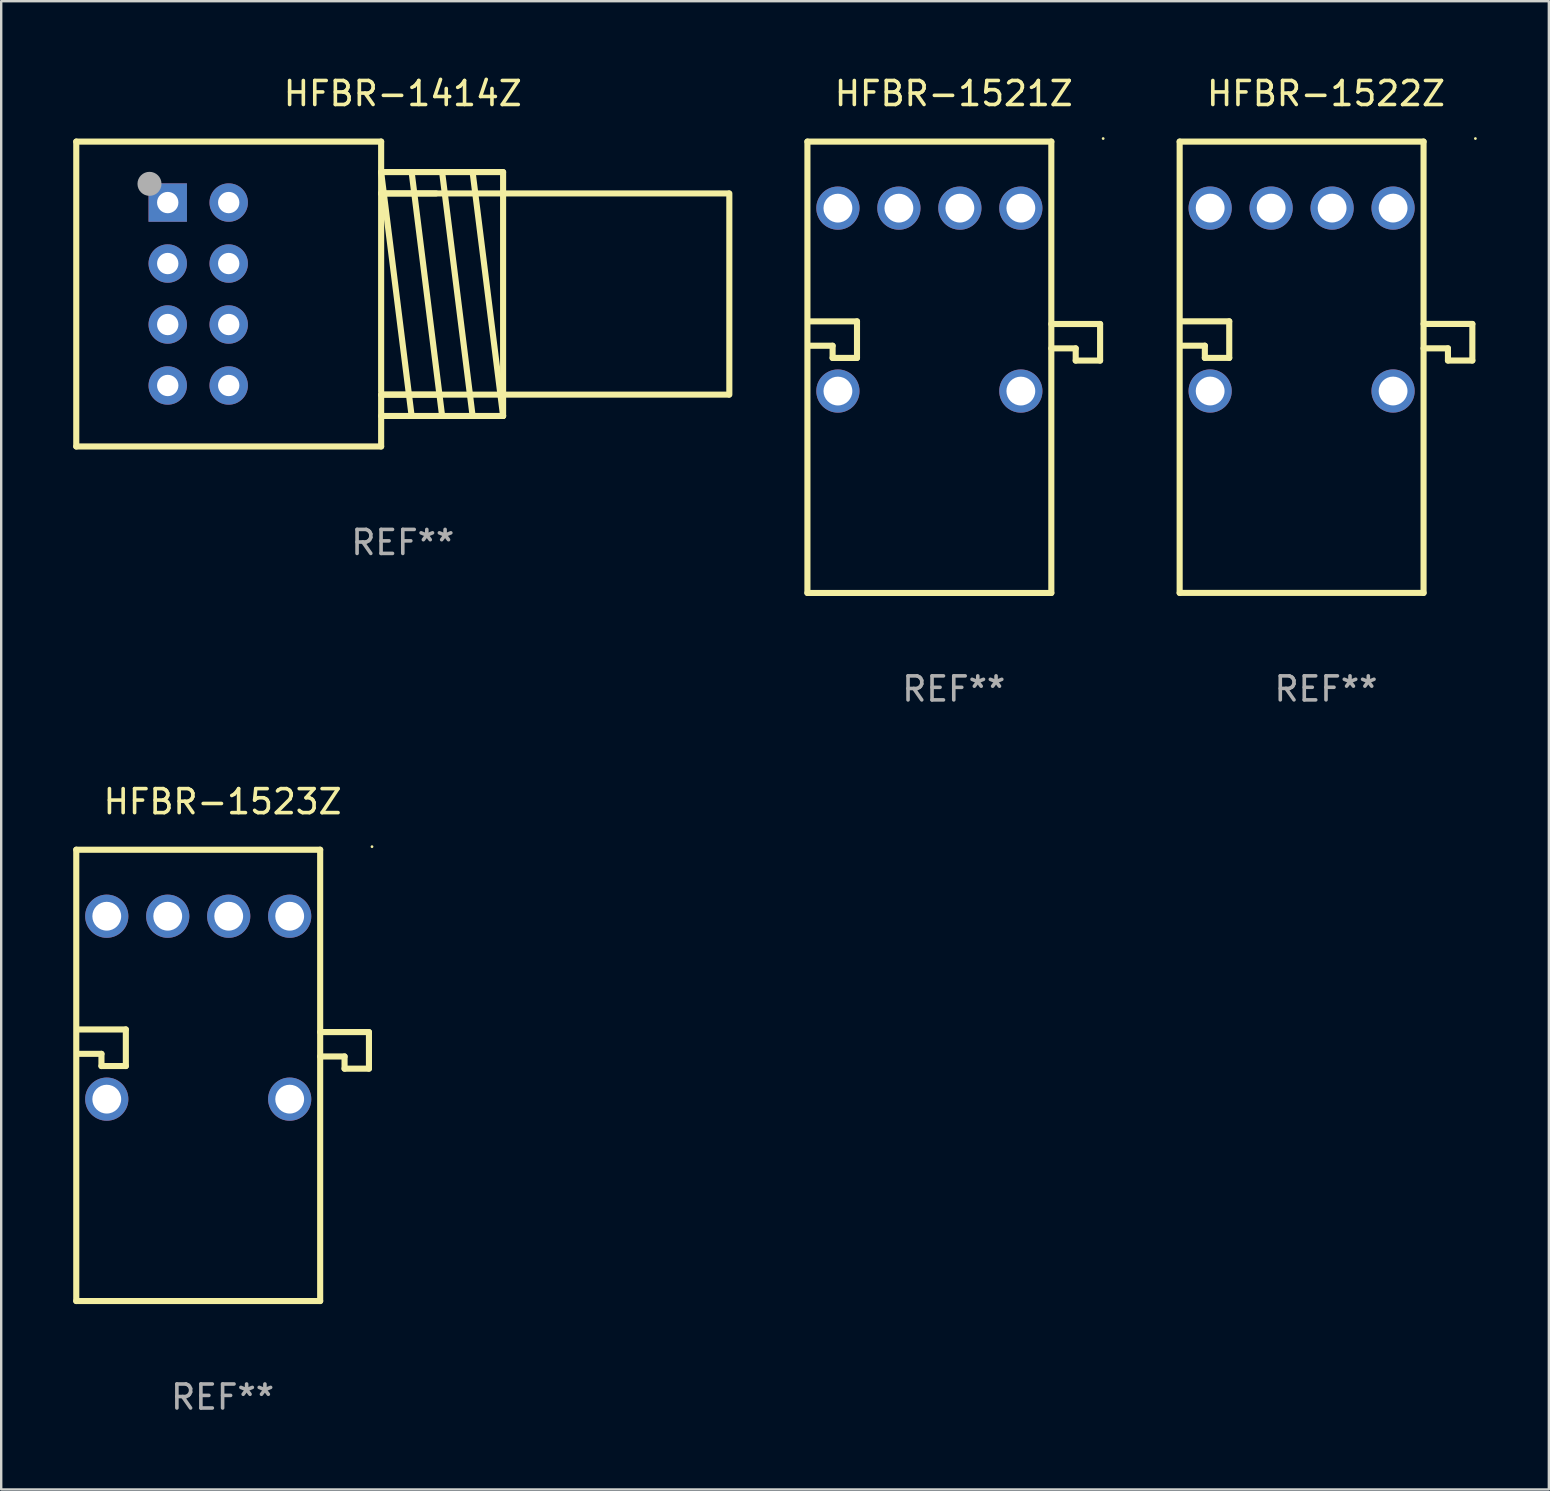
<source format=kicad_pcb>
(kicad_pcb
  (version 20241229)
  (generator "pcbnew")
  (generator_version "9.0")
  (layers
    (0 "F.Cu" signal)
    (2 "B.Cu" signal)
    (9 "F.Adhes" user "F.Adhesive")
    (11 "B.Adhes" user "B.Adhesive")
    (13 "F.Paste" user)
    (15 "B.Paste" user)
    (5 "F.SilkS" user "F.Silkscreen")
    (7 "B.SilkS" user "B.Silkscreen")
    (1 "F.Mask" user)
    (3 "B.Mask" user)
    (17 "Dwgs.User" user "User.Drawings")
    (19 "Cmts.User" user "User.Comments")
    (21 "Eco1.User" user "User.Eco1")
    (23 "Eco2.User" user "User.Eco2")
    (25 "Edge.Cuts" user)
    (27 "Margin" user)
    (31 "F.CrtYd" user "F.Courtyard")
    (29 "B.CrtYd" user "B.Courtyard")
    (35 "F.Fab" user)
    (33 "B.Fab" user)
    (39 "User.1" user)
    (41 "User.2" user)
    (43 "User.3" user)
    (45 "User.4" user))
  (footprint "HFBR-1521Z"
    (layer "F.Cu")
    (at 36.68 12.249)
    (property "Reference" "HFBR-1521Z" (at 0 -11.401 0) (layer "F.SilkS") (effects (font (size 1 1) (thickness 0.15))))
    (attr through_hole)
    (fp_line (start -6.096 -9.401) (end -6.096 9.401) (stroke (width 0.254) (type solid)) (layer "F.SilkS"))
    (fp_line (start -6.096 -9.401) (end 4.064 -9.401) (stroke (width 0.254) (type solid)) (layer "F.SilkS"))
    (fp_line (start -6.096 9.401) (end 4.064 9.401) (stroke (width 0.254) (type solid)) (layer "F.SilkS"))
    (fp_line (start -6.063 -1.913) (end -4.031 -1.913) (stroke (width 0.254) (type solid)) (layer "F.SilkS"))
    (fp_line (start -5.047 -0.897) (end -6.063 -0.897) (stroke (width 0.254) (type solid)) (layer "F.SilkS"))
    (fp_line (start -5.047 -0.389) (end -5.047 -0.897) (stroke (width 0.254) (type solid)) (layer "F.SilkS"))
    (fp_line (start -4.031 -1.913) (end -4.031 -0.389) (stroke (width 0.254) (type solid)) (layer "F.SilkS"))
    (fp_line (start -4.031 -0.389) (end -5.047 -0.389) (stroke (width 0.254) (type solid)) (layer "F.SilkS"))
    (fp_line (start 4.064 -9.401) (end 4.064 9.401) (stroke (width 0.254) (type solid)) (layer "F.SilkS"))
    (fp_line (start 4.064 -1.803) (end 6.096 -1.803) (stroke (width 0.254) (type solid)) (layer "F.SilkS"))
    (fp_line (start 5.08 -0.787) (end 4.064 -0.787) (stroke (width 0.254) (type solid)) (layer "F.SilkS"))
    (fp_line (start 5.08 -0.279) (end 5.08 -0.787) (stroke (width 0.254) (type solid)) (layer "F.SilkS"))
    (fp_line (start 6.096 -1.803) (end 6.096 -0.279) (stroke (width 0.254) (type solid)) (layer "F.SilkS"))
    (fp_line (start 6.096 -0.279) (end 5.08 -0.279) (stroke (width 0.254) (type solid)) (layer "F.SilkS"))
    (fp_circle (center 6.223 -9.528) (end 6.253 -9.528) (stroke (width 0.06) (type solid)) (fill no) (layer "F.SilkS"))
    (fp_text user "REF**" (at 0 13.401 0) (layer "F.Fab") (effects (font (size 1 1) (thickness 0.15))))
    (pad "1" thru_hole circle (at 2.794 -6.629) (size 1.8 1.8) (drill 1.2) (layers "*.Cu" "*.Mask"))
    (pad "2" thru_hole circle (at 0.254 -6.629) (size 1.8 1.8) (drill 1.2) (layers "*.Cu" "*.Mask"))
    (pad "3" thru_hole circle (at -2.286 -6.629) (size 1.8 1.8) (drill 1.2) (layers "*.Cu" "*.Mask"))
    (pad "4" thru_hole circle (at -4.826 -6.629) (size 1.8 1.8) (drill 1.2) (layers "*.Cu" "*.Mask"))
    (pad "5" thru_hole circle (at -4.826 0.991) (size 1.8 1.8) (drill 1.2) (layers "*.Cu" "*.Mask"))
    (pad "8" thru_hole circle (at 2.794 0.991) (size 1.8 1.8) (drill 1.2) (layers "*.Cu" "*.Mask")))
  (footprint "HFBR-1414Z"
    (layer "F.Cu")
    (at 13.729 9.198)
    (property "Reference" "HFBR-1414Z" (at 0 -8.35 0) (layer "F.SilkS") (effects (font (size 1 1) (thickness 0.15))))
    (attr through_hole)
    (fp_line (start -13.602 -6.35) (end -0.902 -6.35) (stroke (width 0.254) (type solid)) (layer "F.SilkS"))
    (fp_line (start -13.602 6.35) (end -13.602 -6.35) (stroke (width 0.254) (type solid)) (layer "F.SilkS"))
    (fp_line (start -0.902 -6.35) (end -0.902 -4.191) (stroke (width 0.254) (type solid)) (layer "F.SilkS"))
    (fp_line (start -0.902 -5.08) (end 0.368 5.08) (stroke (width 0.254) (type solid)) (layer "F.SilkS"))
    (fp_line (start -0.902 -4.191) (end -0.902 4.064) (stroke (width 0.254) (type solid)) (layer "F.SilkS"))
    (fp_line (start -0.902 -4.191) (end 1.384 -4.191) (stroke (width 0.254) (type solid)) (layer "F.SilkS"))
    (fp_line (start -0.902 4.191) (end -0.902 6.35) (stroke (width 0.254) (type solid)) (layer "F.SilkS"))
    (fp_line (start -0.902 4.191) (end 1.384 4.191) (stroke (width 0.254) (type solid)) (layer "F.SilkS"))
    (fp_line (start -0.902 6.35) (end -13.602 6.35) (stroke (width 0.254) (type solid)) (layer "F.SilkS"))
    (fp_line (start 0.368 -5.08) (end 1.638 5.08) (stroke (width 0.254) (type solid)) (layer "F.SilkS"))
    (fp_line (start 1.638 -5.08) (end 2.908 5.08) (stroke (width 0.254) (type solid)) (layer "F.SilkS"))
    (fp_line (start 2.908 -5.08) (end 4.178 5.08) (stroke (width 0.254) (type solid)) (layer "F.SilkS"))
    (fp_line (start 4.178 -5.08) (end -0.902 -5.08) (stroke (width 0.254) (type solid)) (layer "F.SilkS"))
    (fp_line (start 4.178 -5.08) (end 4.178 5.08) (stroke (width 0.254) (type solid)) (layer "F.SilkS"))
    (fp_line (start 4.178 5.08) (end -0.902 5.08) (stroke (width 0.254) (type solid)) (layer "F.SilkS"))
    (fp_line (start 13.576 -4.191) (end -0.902 -4.191) (stroke (width 0.254) (type solid)) (layer "F.SilkS"))
    (fp_line (start 13.576 4.191) (end -0.902 4.191) (stroke (width 0.254) (type solid)) (layer "F.SilkS"))
    (fp_line (start 13.602 4.191) (end 13.602 -4.191) (stroke (width 0.254) (type solid)) (layer "F.SilkS"))
    (fp_circle (center -13.602 -6.35) (end -13.572 -6.35) (stroke (width 0.06) (type solid)) (fill no) (layer "F.SilkS"))
    (fp_circle (center -10.552 -4.59) (end -10.302 -4.59) (stroke (width 0.5) (type solid)) (fill no) (layer "F.Fab"))
    (fp_text user "REF**" (at 0 10.35 0) (layer "F.Fab") (effects (font (size 1 1) (thickness 0.15))))
    (pad "1" thru_hole rect (at -9.792 -3.81) (size 1.6 1.6) (drill 0.889) (layers "*.Cu" "*.Mask"))
    (pad "2" thru_hole circle (at -9.792 -1.27) (size 1.6 1.6) (drill 0.889) (layers "*.Cu" "*.Mask"))
    (pad "3" thru_hole circle (at -9.792 1.27) (size 1.6 1.6) (drill 0.889) (layers "*.Cu" "*.Mask"))
    (pad "4" thru_hole circle (at -9.792 3.81) (size 1.6 1.6) (drill 0.889) (layers "*.Cu" "*.Mask"))
    (pad "5" thru_hole circle (at -7.252 3.81) (size 1.6 1.6) (drill 0.889) (layers "*.Cu" "*.Mask"))
    (pad "6" thru_hole circle (at -7.252 1.27) (size 1.6 1.6) (drill 0.889) (layers "*.Cu" "*.Mask"))
    (pad "7" thru_hole circle (at -7.252 -1.27) (size 1.6 1.6) (drill 0.889) (layers "*.Cu" "*.Mask"))
    (pad "8" thru_hole circle (at -7.252 -3.81) (size 1.6 1.6) (drill 0.889) (layers "*.Cu" "*.Mask")))
  (footprint "HFBR-1523Z"
    (layer "F.Cu")
    (at 6.223 41.746)
    (property "Reference" "HFBR-1523Z" (at 0 -11.4 0) (layer "F.SilkS") (effects (font (size 1 1) (thickness 0.15))))
    (attr through_hole)
    (fp_line (start -6.096 -9.4) (end -6.096 9.4) (stroke (width 0.254) (type solid)) (layer "F.SilkS"))
    (fp_line (start -6.096 -9.4) (end 4.064 -9.4) (stroke (width 0.254) (type solid)) (layer "F.SilkS"))
    (fp_line (start -6.096 9.4) (end 4.064 9.4) (stroke (width 0.254) (type solid)) (layer "F.SilkS"))
    (fp_line (start -6.063 -1.913) (end -4.031 -1.913) (stroke (width 0.254) (type solid)) (layer "F.SilkS"))
    (fp_line (start -5.047 -0.897) (end -6.063 -0.897) (stroke (width 0.254) (type solid)) (layer "F.SilkS"))
    (fp_line (start -5.047 -0.389) (end -5.047 -0.897) (stroke (width 0.254) (type solid)) (layer "F.SilkS"))
    (fp_line (start -4.031 -1.913) (end -4.031 -0.389) (stroke (width 0.254) (type solid)) (layer "F.SilkS"))
    (fp_line (start -4.031 -0.389) (end -5.047 -0.389) (stroke (width 0.254) (type solid)) (layer "F.SilkS"))
    (fp_line (start 4.064 -9.4) (end 4.064 9.4) (stroke (width 0.254) (type solid)) (layer "F.SilkS"))
    (fp_line (start 4.064 -1.804) (end 6.096 -1.804) (stroke (width 0.254) (type solid)) (layer "F.SilkS"))
    (fp_line (start 5.08 -0.788) (end 4.064 -0.788) (stroke (width 0.254) (type solid)) (layer "F.SilkS"))
    (fp_line (start 5.08 -0.28) (end 5.08 -0.788) (stroke (width 0.254) (type solid)) (layer "F.SilkS"))
    (fp_line (start 6.096 -1.804) (end 6.096 -0.28) (stroke (width 0.254) (type solid)) (layer "F.SilkS"))
    (fp_line (start 6.096 -0.28) (end 5.08 -0.28) (stroke (width 0.254) (type solid)) (layer "F.SilkS"))
    (fp_circle (center 6.223 -9.527) (end 6.253 -9.527) (stroke (width 0.06) (type solid)) (fill no) (layer "F.SilkS"))
    (fp_text user "REF**" (at 0 13.4 0) (layer "F.Fab") (effects (font (size 1 1) (thickness 0.15))))
    (pad "1" thru_hole circle (at 2.794 -6.63) (size 1.8 1.8) (drill 1.2) (layers "*.Cu" "*.Mask"))
    (pad "2" thru_hole circle (at 0.254 -6.63) (size 1.8 1.8) (drill 1.2) (layers "*.Cu" "*.Mask"))
    (pad "3" thru_hole circle (at -2.286 -6.63) (size 1.8 1.8) (drill 1.2) (layers "*.Cu" "*.Mask"))
    (pad "4" thru_hole circle (at -4.826 -6.63) (size 1.8 1.8) (drill 1.2) (layers "*.Cu" "*.Mask"))
    (pad "5" thru_hole circle (at -4.826 0.99) (size 1.8 1.8) (drill 1.2) (layers "*.Cu" "*.Mask"))
    (pad "8" thru_hole circle (at 2.794 0.99) (size 1.8 1.8) (drill 1.2) (layers "*.Cu" "*.Mask")))
  (footprint "HFBR-1522Z"
    (layer "F.Cu")
    (at 52.186 12.248)
    (property "Reference" "HFBR-1522Z" (at 0 -11.4 0) (layer "F.SilkS") (effects (font (size 1 1) (thickness 0.15))))
    (attr through_hole)
    (fp_line (start -6.096 -9.4) (end -6.096 9.4) (stroke (width 0.254) (type solid)) (layer "F.SilkS"))
    (fp_line (start -6.096 -9.4) (end 4.064 -9.4) (stroke (width 0.254) (type solid)) (layer "F.SilkS"))
    (fp_line (start -6.096 9.4) (end 4.064 9.4) (stroke (width 0.254) (type solid)) (layer "F.SilkS"))
    (fp_line (start -6.063 -1.913) (end -4.031 -1.913) (stroke (width 0.254) (type solid)) (layer "F.SilkS"))
    (fp_line (start -5.047 -0.897) (end -6.063 -0.897) (stroke (width 0.254) (type solid)) (layer "F.SilkS"))
    (fp_line (start -5.047 -0.389) (end -5.047 -0.897) (stroke (width 0.254) (type solid)) (layer "F.SilkS"))
    (fp_line (start -4.031 -1.913) (end -4.031 -0.389) (stroke (width 0.254) (type solid)) (layer "F.SilkS"))
    (fp_line (start -4.031 -0.389) (end -5.047 -0.389) (stroke (width 0.254) (type solid)) (layer "F.SilkS"))
    (fp_line (start 4.064 -9.4) (end 4.064 9.4) (stroke (width 0.254) (type solid)) (layer "F.SilkS"))
    (fp_line (start 4.064 -1.804) (end 6.096 -1.804) (stroke (width 0.254) (type solid)) (layer "F.SilkS"))
    (fp_line (start 5.08 -0.788) (end 4.064 -0.788) (stroke (width 0.254) (type solid)) (layer "F.SilkS"))
    (fp_line (start 5.08 -0.28) (end 5.08 -0.788) (stroke (width 0.254) (type solid)) (layer "F.SilkS"))
    (fp_line (start 6.096 -1.804) (end 6.096 -0.28) (stroke (width 0.254) (type solid)) (layer "F.SilkS"))
    (fp_line (start 6.096 -0.28) (end 5.08 -0.28) (stroke (width 0.254) (type solid)) (layer "F.SilkS"))
    (fp_circle (center 6.223 -9.527) (end 6.253 -9.527) (stroke (width 0.06) (type solid)) (fill no) (layer "F.SilkS"))
    (fp_text user "REF**" (at 0 13.4 0) (layer "F.Fab") (effects (font (size 1 1) (thickness 0.15))))
    (pad "1" thru_hole circle (at 2.794 -6.63) (size 1.8 1.8) (drill 1.2) (layers "*.Cu" "*.Mask"))
    (pad "2" thru_hole circle (at 0.254 -6.63) (size 1.8 1.8) (drill 1.2) (layers "*.Cu" "*.Mask"))
    (pad "3" thru_hole circle (at -2.286 -6.63) (size 1.8 1.8) (drill 1.2) (layers "*.Cu" "*.Mask"))
    (pad "4" thru_hole circle (at -4.826 -6.63) (size 1.8 1.8) (drill 1.2) (layers "*.Cu" "*.Mask"))
    (pad "5" thru_hole circle (at -4.826 0.99) (size 1.8 1.8) (drill 1.2) (layers "*.Cu" "*.Mask"))
    (pad "8" thru_hole circle (at 2.794 0.99) (size 1.8 1.8) (drill 1.2) (layers "*.Cu" "*.Mask")))
  (gr_rect
    (start -3 -3)
    (end 61.469 58.994)
    (stroke (width 0.1) (type default))
    (fill no)
    (layer "Edge.Cuts")))
</source>
